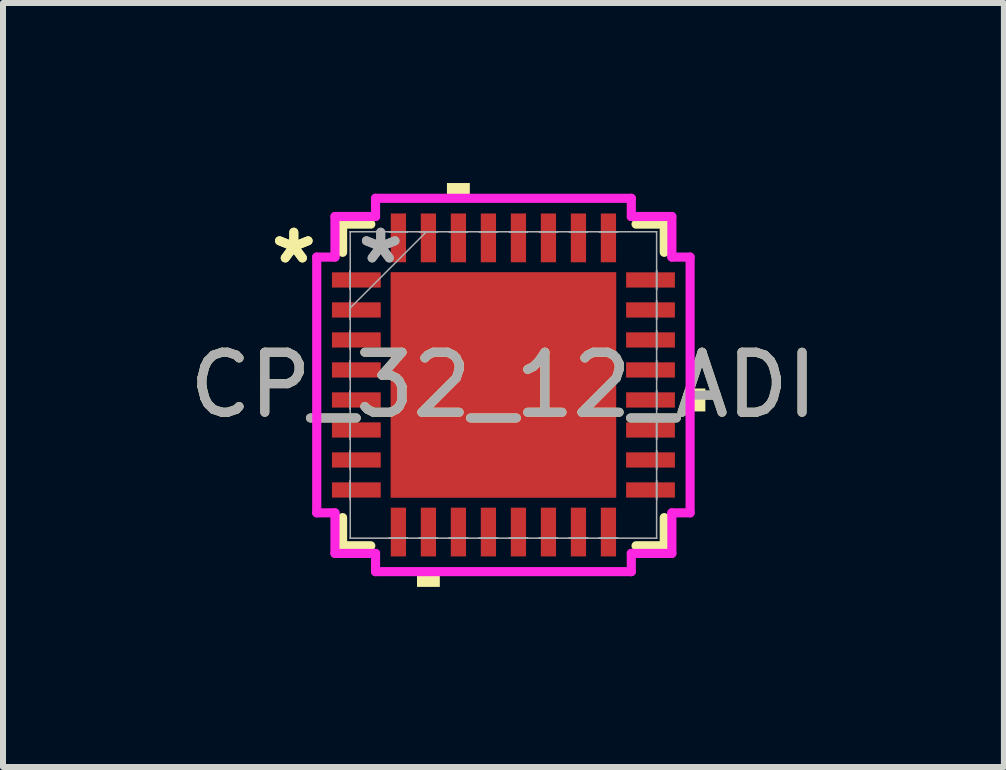
<source format=kicad_pcb>
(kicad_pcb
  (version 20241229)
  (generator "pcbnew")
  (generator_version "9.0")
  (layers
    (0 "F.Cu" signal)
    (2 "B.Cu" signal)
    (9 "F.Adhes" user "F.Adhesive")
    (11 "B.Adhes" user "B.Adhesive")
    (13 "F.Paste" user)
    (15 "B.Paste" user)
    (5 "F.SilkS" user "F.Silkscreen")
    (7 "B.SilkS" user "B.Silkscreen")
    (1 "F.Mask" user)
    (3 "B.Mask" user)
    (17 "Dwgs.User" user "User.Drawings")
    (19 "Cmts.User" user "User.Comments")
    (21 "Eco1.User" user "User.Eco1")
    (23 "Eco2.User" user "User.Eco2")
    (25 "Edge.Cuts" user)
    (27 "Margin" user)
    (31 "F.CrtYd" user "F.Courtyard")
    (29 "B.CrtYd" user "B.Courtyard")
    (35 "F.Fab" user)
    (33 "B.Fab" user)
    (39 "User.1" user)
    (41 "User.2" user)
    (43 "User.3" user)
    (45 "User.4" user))
  (footprint "CP_32_12_ADI"
    (layer "F.Cu")
    (at 5.339 3.365)
    (property "Reference" "CP_32_12_ADI" (at 0 0 0) (unlocked yes) (layer "F.SilkS") (effects (font (size 1 1) (thickness 0.15))))
    (attr smd)
    (fp_line (start -2.68 -2.68) (end -2.68 -2.21) (stroke (width 0.152) (type solid)) (layer "F.SilkS"))
    (fp_line (start -2.68 2.21) (end -2.68 2.68) (stroke (width 0.152) (type solid)) (layer "F.SilkS"))
    (fp_line (start -2.68 2.68) (end -2.21 2.68) (stroke (width 0.152) (type solid)) (layer "F.SilkS"))
    (fp_line (start -2.21 -2.68) (end -2.68 -2.68) (stroke (width 0.152) (type solid)) (layer "F.SilkS"))
    (fp_line (start 2.21 2.68) (end 2.68 2.68) (stroke (width 0.152) (type solid)) (layer "F.SilkS"))
    (fp_line (start 2.68 -2.68) (end 2.21 -2.68) (stroke (width 0.152) (type solid)) (layer "F.SilkS"))
    (fp_line (start 2.68 -2.21) (end 2.68 -2.68) (stroke (width 0.152) (type solid)) (layer "F.SilkS"))
    (fp_line (start 2.68 2.68) (end 2.68 2.21) (stroke (width 0.152) (type solid)) (layer "F.SilkS"))
    (fp_poly (pts (xy -1.44 3.111) (xy -1.44 3.365) (xy -1.06 3.365) (xy -1.06 3.111)) (stroke (width 0) (type solid)) (fill yes) (layer "F.SilkS"))
    (fp_poly (pts (xy -0.941 -3.111) (xy -0.941 -3.365) (xy -0.56 -3.365) (xy -0.56 -3.111)) (stroke (width 0) (type solid)) (fill yes) (layer "F.SilkS"))
    (fp_poly (pts (xy 3.365 0.059) (xy 3.365 0.441) (xy 3.111 0.441) (xy 3.111 0.059)) (stroke (width 0) (type solid)) (fill yes) (layer "F.SilkS"))
    (fp_poly (pts (xy -1.78 -1.78) (xy -1.78 -0.1) (xy -0.1 -0.1) (xy -0.1 -1.78)) (stroke (width 0) (type solid)) (fill yes) (layer "F.Paste"))
    (fp_poly (pts (xy -1.78 0.1) (xy -1.78 1.78) (xy -0.1 1.78) (xy -0.1 0.1)) (stroke (width 0) (type solid)) (fill yes) (layer "F.Paste"))
    (fp_poly (pts (xy 0.1 -1.78) (xy 0.1 -0.1) (xy 1.78 -0.1) (xy 1.78 -1.78)) (stroke (width 0) (type solid)) (fill yes) (layer "F.Paste"))
    (fp_poly (pts (xy 0.1 0.1) (xy 0.1 1.78) (xy 1.78 1.78) (xy 1.78 0.1)) (stroke (width 0) (type solid)) (fill yes) (layer "F.Paste"))
    (fp_line (start -3.111 -2.131) (end -2.807 -2.131) (stroke (width 0.152) (type solid)) (layer "F.CrtYd"))
    (fp_line (start -3.111 2.131) (end -3.111 -2.131) (stroke (width 0.152) (type solid)) (layer "F.CrtYd"))
    (fp_line (start -2.807 -2.807) (end -2.131 -2.807) (stroke (width 0.152) (type solid)) (layer "F.CrtYd"))
    (fp_line (start -2.807 -2.131) (end -2.807 -2.807) (stroke (width 0.152) (type solid)) (layer "F.CrtYd"))
    (fp_line (start -2.807 2.131) (end -3.111 2.131) (stroke (width 0.152) (type solid)) (layer "F.CrtYd"))
    (fp_line (start -2.807 2.807) (end -2.807 2.131) (stroke (width 0.152) (type solid)) (layer "F.CrtYd"))
    (fp_line (start -2.131 -3.111) (end 2.131 -3.111) (stroke (width 0.152) (type solid)) (layer "F.CrtYd"))
    (fp_line (start -2.131 -2.807) (end -2.131 -3.111) (stroke (width 0.152) (type solid)) (layer "F.CrtYd"))
    (fp_line (start -2.131 2.807) (end -2.807 2.807) (stroke (width 0.152) (type solid)) (layer "F.CrtYd"))
    (fp_line (start -2.131 3.111) (end -2.131 2.807) (stroke (width 0.152) (type solid)) (layer "F.CrtYd"))
    (fp_line (start 2.131 -3.111) (end 2.131 -2.807) (stroke (width 0.152) (type solid)) (layer "F.CrtYd"))
    (fp_line (start 2.131 -2.807) (end 2.807 -2.807) (stroke (width 0.152) (type solid)) (layer "F.CrtYd"))
    (fp_line (start 2.131 2.807) (end 2.131 3.111) (stroke (width 0.152) (type solid)) (layer "F.CrtYd"))
    (fp_line (start 2.131 3.111) (end -2.131 3.111) (stroke (width 0.152) (type solid)) (layer "F.CrtYd"))
    (fp_line (start 2.807 -2.807) (end 2.807 -2.131) (stroke (width 0.152) (type solid)) (layer "F.CrtYd"))
    (fp_line (start 2.807 -2.131) (end 3.111 -2.131) (stroke (width 0.152) (type solid)) (layer "F.CrtYd"))
    (fp_line (start 2.807 2.131) (end 2.807 2.807) (stroke (width 0.152) (type solid)) (layer "F.CrtYd"))
    (fp_line (start 2.807 2.807) (end 2.131 2.807) (stroke (width 0.152) (type solid)) (layer "F.CrtYd"))
    (fp_line (start 3.111 -2.131) (end 3.111 2.131) (stroke (width 0.152) (type solid)) (layer "F.CrtYd"))
    (fp_line (start 3.111 2.131) (end 2.807 2.131) (stroke (width 0.152) (type solid)) (layer "F.CrtYd"))
    (fp_line (start -2.553 -2.553) (end -2.553 -2.553) (stroke (width 0.025) (type solid)) (layer "F.Fab"))
    (fp_line (start -2.553 -2.553) (end -2.553 2.553) (stroke (width 0.025) (type solid)) (layer "F.Fab"))
    (fp_line (start -2.553 -1.902) (end -2.553 -1.902) (stroke (width 0.025) (type solid)) (layer "F.Fab"))
    (fp_line (start -2.553 -1.902) (end -2.553 -1.598) (stroke (width 0.025) (type solid)) (layer "F.Fab"))
    (fp_line (start -2.553 -1.598) (end -2.553 -1.902) (stroke (width 0.025) (type solid)) (layer "F.Fab"))
    (fp_line (start -2.553 -1.598) (end -2.553 -1.598) (stroke (width 0.025) (type solid)) (layer "F.Fab"))
    (fp_line (start -2.553 -1.402) (end -2.553 -1.402) (stroke (width 0.025) (type solid)) (layer "F.Fab"))
    (fp_line (start -2.553 -1.402) (end -2.553 -1.098) (stroke (width 0.025) (type solid)) (layer "F.Fab"))
    (fp_line (start -2.553 -1.283) (end -1.283 -2.553) (stroke (width 0.025) (type solid)) (layer "F.Fab"))
    (fp_line (start -2.553 -1.098) (end -2.553 -1.402) (stroke (width 0.025) (type solid)) (layer "F.Fab"))
    (fp_line (start -2.553 -1.098) (end -2.553 -1.098) (stroke (width 0.025) (type solid)) (layer "F.Fab"))
    (fp_line (start -2.553 -0.902) (end -2.553 -0.902) (stroke (width 0.025) (type solid)) (layer "F.Fab"))
    (fp_line (start -2.553 -0.902) (end -2.553 -0.598) (stroke (width 0.025) (type solid)) (layer "F.Fab"))
    (fp_line (start -2.553 -0.598) (end -2.553 -0.902) (stroke (width 0.025) (type solid)) (layer "F.Fab"))
    (fp_line (start -2.553 -0.598) (end -2.553 -0.598) (stroke (width 0.025) (type solid)) (layer "F.Fab"))
    (fp_line (start -2.553 -0.402) (end -2.553 -0.402) (stroke (width 0.025) (type solid)) (layer "F.Fab"))
    (fp_line (start -2.553 -0.402) (end -2.553 -0.098) (stroke (width 0.025) (type solid)) (layer "F.Fab"))
    (fp_line (start -2.553 -0.098) (end -2.553 -0.402) (stroke (width 0.025) (type solid)) (layer "F.Fab"))
    (fp_line (start -2.553 -0.098) (end -2.553 -0.098) (stroke (width 0.025) (type solid)) (layer "F.Fab"))
    (fp_line (start -2.553 0.098) (end -2.553 0.098) (stroke (width 0.025) (type solid)) (layer "F.Fab"))
    (fp_line (start -2.553 0.098) (end -2.553 0.402) (stroke (width 0.025) (type solid)) (layer "F.Fab"))
    (fp_line (start -2.553 0.402) (end -2.553 0.098) (stroke (width 0.025) (type solid)) (layer "F.Fab"))
    (fp_line (start -2.553 0.402) (end -2.553 0.402) (stroke (width 0.025) (type solid)) (layer "F.Fab"))
    (fp_line (start -2.553 0.598) (end -2.553 0.598) (stroke (width 0.025) (type solid)) (layer "F.Fab"))
    (fp_line (start -2.553 0.598) (end -2.553 0.902) (stroke (width 0.025) (type solid)) (layer "F.Fab"))
    (fp_line (start -2.553 0.902) (end -2.553 0.598) (stroke (width 0.025) (type solid)) (layer "F.Fab"))
    (fp_line (start -2.553 0.902) (end -2.553 0.902) (stroke (width 0.025) (type solid)) (layer "F.Fab"))
    (fp_line (start -2.553 1.098) (end -2.553 1.098) (stroke (width 0.025) (type solid)) (layer "F.Fab"))
    (fp_line (start -2.553 1.098) (end -2.553 1.402) (stroke (width 0.025) (type solid)) (layer "F.Fab"))
    (fp_line (start -2.553 1.402) (end -2.553 1.098) (stroke (width 0.025) (type solid)) (layer "F.Fab"))
    (fp_line (start -2.553 1.402) (end -2.553 1.402) (stroke (width 0.025) (type solid)) (layer "F.Fab"))
    (fp_line (start -2.553 1.598) (end -2.553 1.598) (stroke (width 0.025) (type solid)) (layer "F.Fab"))
    (fp_line (start -2.553 1.598) (end -2.553 1.902) (stroke (width 0.025) (type solid)) (layer "F.Fab"))
    (fp_line (start -2.553 1.902) (end -2.553 1.598) (stroke (width 0.025) (type solid)) (layer "F.Fab"))
    (fp_line (start -2.553 1.902) (end -2.553 1.902) (stroke (width 0.025) (type solid)) (layer "F.Fab"))
    (fp_line (start -2.553 2.553) (end -2.553 2.553) (stroke (width 0.025) (type solid)) (layer "F.Fab"))
    (fp_line (start -2.553 2.553) (end 2.553 2.553) (stroke (width 0.025) (type solid)) (layer "F.Fab"))
    (fp_line (start -1.902 -2.553) (end -1.902 -2.553) (stroke (width 0.025) (type solid)) (layer "F.Fab"))
    (fp_line (start -1.902 -2.553) (end -1.598 -2.553) (stroke (width 0.025) (type solid)) (layer "F.Fab"))
    (fp_line (start -1.902 2.553) (end -1.902 2.553) (stroke (width 0.025) (type solid)) (layer "F.Fab"))
    (fp_line (start -1.902 2.553) (end -1.598 2.553) (stroke (width 0.025) (type solid)) (layer "F.Fab"))
    (fp_line (start -1.598 -2.553) (end -1.902 -2.553) (stroke (width 0.025) (type solid)) (layer "F.Fab"))
    (fp_line (start -1.598 -2.553) (end -1.598 -2.553) (stroke (width 0.025) (type solid)) (layer "F.Fab"))
    (fp_line (start -1.598 2.553) (end -1.902 2.553) (stroke (width 0.025) (type solid)) (layer "F.Fab"))
    (fp_line (start -1.598 2.553) (end -1.598 2.553) (stroke (width 0.025) (type solid)) (layer "F.Fab"))
    (fp_line (start -1.402 -2.553) (end -1.402 -2.553) (stroke (width 0.025) (type solid)) (layer "F.Fab"))
    (fp_line (start -1.402 -2.553) (end -1.098 -2.553) (stroke (width 0.025) (type solid)) (layer "F.Fab"))
    (fp_line (start -1.402 2.553) (end -1.402 2.553) (stroke (width 0.025) (type solid)) (layer "F.Fab"))
    (fp_line (start -1.402 2.553) (end -1.098 2.553) (stroke (width 0.025) (type solid)) (layer "F.Fab"))
    (fp_line (start -1.098 -2.553) (end -1.402 -2.553) (stroke (width 0.025) (type solid)) (layer "F.Fab"))
    (fp_line (start -1.098 -2.553) (end -1.098 -2.553) (stroke (width 0.025) (type solid)) (layer "F.Fab"))
    (fp_line (start -1.098 2.553) (end -1.402 2.553) (stroke (width 0.025) (type solid)) (layer "F.Fab"))
    (fp_line (start -1.098 2.553) (end -1.098 2.553) (stroke (width 0.025) (type solid)) (layer "F.Fab"))
    (fp_line (start -0.902 -2.553) (end -0.902 -2.553) (stroke (width 0.025) (type solid)) (layer "F.Fab"))
    (fp_line (start -0.902 -2.553) (end -0.598 -2.553) (stroke (width 0.025) (type solid)) (layer "F.Fab"))
    (fp_line (start -0.902 2.553) (end -0.902 2.553) (stroke (width 0.025) (type solid)) (layer "F.Fab"))
    (fp_line (start -0.902 2.553) (end -0.598 2.553) (stroke (width 0.025) (type solid)) (layer "F.Fab"))
    (fp_line (start -0.598 -2.553) (end -0.902 -2.553) (stroke (width 0.025) (type solid)) (layer "F.Fab"))
    (fp_line (start -0.598 -2.553) (end -0.598 -2.553) (stroke (width 0.025) (type solid)) (layer "F.Fab"))
    (fp_line (start -0.598 2.553) (end -0.902 2.553) (stroke (width 0.025) (type solid)) (layer "F.Fab"))
    (fp_line (start -0.598 2.553) (end -0.598 2.553) (stroke (width 0.025) (type solid)) (layer "F.Fab"))
    (fp_line (start -0.402 -2.553) (end -0.402 -2.553) (stroke (width 0.025) (type solid)) (layer "F.Fab"))
    (fp_line (start -0.402 -2.553) (end -0.098 -2.553) (stroke (width 0.025) (type solid)) (layer "F.Fab"))
    (fp_line (start -0.402 2.553) (end -0.402 2.553) (stroke (width 0.025) (type solid)) (layer "F.Fab"))
    (fp_line (start -0.402 2.553) (end -0.098 2.553) (stroke (width 0.025) (type solid)) (layer "F.Fab"))
    (fp_line (start -0.098 -2.553) (end -0.402 -2.553) (stroke (width 0.025) (type solid)) (layer "F.Fab"))
    (fp_line (start -0.098 -2.553) (end -0.098 -2.553) (stroke (width 0.025) (type solid)) (layer "F.Fab"))
    (fp_line (start -0.098 2.553) (end -0.402 2.553) (stroke (width 0.025) (type solid)) (layer "F.Fab"))
    (fp_line (start -0.098 2.553) (end -0.098 2.553) (stroke (width 0.025) (type solid)) (layer "F.Fab"))
    (fp_line (start 0.098 -2.553) (end 0.098 -2.553) (stroke (width 0.025) (type solid)) (layer "F.Fab"))
    (fp_line (start 0.098 -2.553) (end 0.402 -2.553) (stroke (width 0.025) (type solid)) (layer "F.Fab"))
    (fp_line (start 0.098 2.553) (end 0.098 2.553) (stroke (width 0.025) (type solid)) (layer "F.Fab"))
    (fp_line (start 0.098 2.553) (end 0.402 2.553) (stroke (width 0.025) (type solid)) (layer "F.Fab"))
    (fp_line (start 0.402 -2.553) (end 0.098 -2.553) (stroke (width 0.025) (type solid)) (layer "F.Fab"))
    (fp_line (start 0.402 -2.553) (end 0.402 -2.553) (stroke (width 0.025) (type solid)) (layer "F.Fab"))
    (fp_line (start 0.402 2.553) (end 0.098 2.553) (stroke (width 0.025) (type solid)) (layer "F.Fab"))
    (fp_line (start 0.402 2.553) (end 0.402 2.553) (stroke (width 0.025) (type solid)) (layer "F.Fab"))
    (fp_line (start 0.598 -2.553) (end 0.598 -2.553) (stroke (width 0.025) (type solid)) (layer "F.Fab"))
    (fp_line (start 0.598 -2.553) (end 0.902 -2.553) (stroke (width 0.025) (type solid)) (layer "F.Fab"))
    (fp_line (start 0.598 2.553) (end 0.598 2.553) (stroke (width 0.025) (type solid)) (layer "F.Fab"))
    (fp_line (start 0.598 2.553) (end 0.902 2.553) (stroke (width 0.025) (type solid)) (layer "F.Fab"))
    (fp_line (start 0.902 -2.553) (end 0.598 -2.553) (stroke (width 0.025) (type solid)) (layer "F.Fab"))
    (fp_line (start 0.902 -2.553) (end 0.902 -2.553) (stroke (width 0.025) (type solid)) (layer "F.Fab"))
    (fp_line (start 0.902 2.553) (end 0.598 2.553) (stroke (width 0.025) (type solid)) (layer "F.Fab"))
    (fp_line (start 0.902 2.553) (end 0.902 2.553) (stroke (width 0.025) (type solid)) (layer "F.Fab"))
    (fp_line (start 1.098 -2.553) (end 1.098 -2.553) (stroke (width 0.025) (type solid)) (layer "F.Fab"))
    (fp_line (start 1.098 -2.553) (end 1.402 -2.553) (stroke (width 0.025) (type solid)) (layer "F.Fab"))
    (fp_line (start 1.098 2.553) (end 1.098 2.553) (stroke (width 0.025) (type solid)) (layer "F.Fab"))
    (fp_line (start 1.098 2.553) (end 1.402 2.553) (stroke (width 0.025) (type solid)) (layer "F.Fab"))
    (fp_line (start 1.402 -2.553) (end 1.098 -2.553) (stroke (width 0.025) (type solid)) (layer "F.Fab"))
    (fp_line (start 1.402 -2.553) (end 1.402 -2.553) (stroke (width 0.025) (type solid)) (layer "F.Fab"))
    (fp_line (start 1.402 2.553) (end 1.098 2.553) (stroke (width 0.025) (type solid)) (layer "F.Fab"))
    (fp_line (start 1.402 2.553) (end 1.402 2.553) (stroke (width 0.025) (type solid)) (layer "F.Fab"))
    (fp_line (start 1.598 -2.553) (end 1.598 -2.553) (stroke (width 0.025) (type solid)) (layer "F.Fab"))
    (fp_line (start 1.598 -2.553) (end 1.902 -2.553) (stroke (width 0.025) (type solid)) (layer "F.Fab"))
    (fp_line (start 1.598 2.553) (end 1.598 2.553) (stroke (width 0.025) (type solid)) (layer "F.Fab"))
    (fp_line (start 1.598 2.553) (end 1.902 2.553) (stroke (width 0.025) (type solid)) (layer "F.Fab"))
    (fp_line (start 1.902 -2.553) (end 1.598 -2.553) (stroke (width 0.025) (type solid)) (layer "F.Fab"))
    (fp_line (start 1.902 -2.553) (end 1.902 -2.553) (stroke (width 0.025) (type solid)) (layer "F.Fab"))
    (fp_line (start 1.902 2.553) (end 1.598 2.553) (stroke (width 0.025) (type solid)) (layer "F.Fab"))
    (fp_line (start 1.902 2.553) (end 1.902 2.553) (stroke (width 0.025) (type solid)) (layer "F.Fab"))
    (fp_line (start 2.553 -2.553) (end -2.553 -2.553) (stroke (width 0.025) (type solid)) (layer "F.Fab"))
    (fp_line (start 2.553 -2.553) (end 2.553 -2.553) (stroke (width 0.025) (type solid)) (layer "F.Fab"))
    (fp_line (start 2.553 -1.902) (end 2.553 -1.902) (stroke (width 0.025) (type solid)) (layer "F.Fab"))
    (fp_line (start 2.553 -1.902) (end 2.553 -1.598) (stroke (width 0.025) (type solid)) (layer "F.Fab"))
    (fp_line (start 2.553 -1.598) (end 2.553 -1.902) (stroke (width 0.025) (type solid)) (layer "F.Fab"))
    (fp_line (start 2.553 -1.598) (end 2.553 -1.598) (stroke (width 0.025) (type solid)) (layer "F.Fab"))
    (fp_line (start 2.553 -1.402) (end 2.553 -1.402) (stroke (width 0.025) (type solid)) (layer "F.Fab"))
    (fp_line (start 2.553 -1.402) (end 2.553 -1.098) (stroke (width 0.025) (type solid)) (layer "F.Fab"))
    (fp_line (start 2.553 -1.098) (end 2.553 -1.402) (stroke (width 0.025) (type solid)) (layer "F.Fab"))
    (fp_line (start 2.553 -1.098) (end 2.553 -1.098) (stroke (width 0.025) (type solid)) (layer "F.Fab"))
    (fp_line (start 2.553 -0.902) (end 2.553 -0.902) (stroke (width 0.025) (type solid)) (layer "F.Fab"))
    (fp_line (start 2.553 -0.902) (end 2.553 -0.598) (stroke (width 0.025) (type solid)) (layer "F.Fab"))
    (fp_line (start 2.553 -0.598) (end 2.553 -0.902) (stroke (width 0.025) (type solid)) (layer "F.Fab"))
    (fp_line (start 2.553 -0.598) (end 2.553 -0.598) (stroke (width 0.025) (type solid)) (layer "F.Fab"))
    (fp_line (start 2.553 -0.402) (end 2.553 -0.402) (stroke (width 0.025) (type solid)) (layer "F.Fab"))
    (fp_line (start 2.553 -0.402) (end 2.553 -0.098) (stroke (width 0.025) (type solid)) (layer "F.Fab"))
    (fp_line (start 2.553 -0.098) (end 2.553 -0.402) (stroke (width 0.025) (type solid)) (layer "F.Fab"))
    (fp_line (start 2.553 -0.098) (end 2.553 -0.098) (stroke (width 0.025) (type solid)) (layer "F.Fab"))
    (fp_line (start 2.553 0.098) (end 2.553 0.098) (stroke (width 0.025) (type solid)) (layer "F.Fab"))
    (fp_line (start 2.553 0.098) (end 2.553 0.402) (stroke (width 0.025) (type solid)) (layer "F.Fab"))
    (fp_line (start 2.553 0.402) (end 2.553 0.098) (stroke (width 0.025) (type solid)) (layer "F.Fab"))
    (fp_line (start 2.553 0.402) (end 2.553 0.402) (stroke (width 0.025) (type solid)) (layer "F.Fab"))
    (fp_line (start 2.553 0.598) (end 2.553 0.598) (stroke (width 0.025) (type solid)) (layer "F.Fab"))
    (fp_line (start 2.553 0.598) (end 2.553 0.902) (stroke (width 0.025) (type solid)) (layer "F.Fab"))
    (fp_line (start 2.553 0.902) (end 2.553 0.598) (stroke (width 0.025) (type solid)) (layer "F.Fab"))
    (fp_line (start 2.553 0.902) (end 2.553 0.902) (stroke (width 0.025) (type solid)) (layer "F.Fab"))
    (fp_line (start 2.553 1.098) (end 2.553 1.098) (stroke (width 0.025) (type solid)) (layer "F.Fab"))
    (fp_line (start 2.553 1.098) (end 2.553 1.402) (stroke (width 0.025) (type solid)) (layer "F.Fab"))
    (fp_line (start 2.553 1.402) (end 2.553 1.098) (stroke (width 0.025) (type solid)) (layer "F.Fab"))
    (fp_line (start 2.553 1.402) (end 2.553 1.402) (stroke (width 0.025) (type solid)) (layer "F.Fab"))
    (fp_line (start 2.553 1.598) (end 2.553 1.598) (stroke (width 0.025) (type solid)) (layer "F.Fab"))
    (fp_line (start 2.553 1.598) (end 2.553 1.902) (stroke (width 0.025) (type solid)) (layer "F.Fab"))
    (fp_line (start 2.553 1.902) (end 2.553 1.598) (stroke (width 0.025) (type solid)) (layer "F.Fab"))
    (fp_line (start 2.553 1.902) (end 2.553 1.902) (stroke (width 0.025) (type solid)) (layer "F.Fab"))
    (fp_line (start 2.553 2.553) (end 2.553 -2.553) (stroke (width 0.025) (type solid)) (layer "F.Fab"))
    (fp_line (start 2.553 2.553) (end 2.553 2.553) (stroke (width 0.025) (type solid)) (layer "F.Fab"))
    (fp_text user "*" (at -3.493 -2 0) (layer "F.SilkS") (effects (font (size 1 1) (thickness 0.15))))
    (fp_text user "*" (at -3.493 -2 0) (unlocked yes) (layer "F.SilkS") (effects (font (size 1 1) (thickness 0.15))))
    (fp_text user "${REFERENCE}" (at 0 0 0) (unlocked yes) (layer "F.Fab") (effects (font (size 1 1) (thickness 0.15))))
    (fp_text user "*" (at -2.045 -2 0) (layer "F.Fab") (effects (font (size 1 1) (thickness 0.15))))
    (fp_text user "*" (at -2.045 -2 0) (unlocked yes) (layer "F.Fab") (effects (font (size 1 1) (thickness 0.15))))
    (pad "1" smd rect (at -2.451 -1.75 90) (size 0.254 0.813) (layers "F.Cu" "F.Mask" "F.Paste"))
    (pad "2" smd rect (at -2.451 -1.25 90) (size 0.254 0.813) (layers "F.Cu" "F.Mask" "F.Paste"))
    (pad "3" smd rect (at -2.451 -0.75 90) (size 0.254 0.813) (layers "F.Cu" "F.Mask" "F.Paste"))
    (pad "4" smd rect (at -2.451 -0.25 90) (size 0.254 0.813) (layers "F.Cu" "F.Mask" "F.Paste"))
    (pad "5" smd rect (at -2.451 0.25 90) (size 0.254 0.813) (layers "F.Cu" "F.Mask" "F.Paste"))
    (pad "6" smd rect (at -2.451 0.75 90) (size 0.254 0.813) (layers "F.Cu" "F.Mask" "F.Paste"))
    (pad "7" smd rect (at -2.451 1.25 90) (size 0.254 0.813) (layers "F.Cu" "F.Mask" "F.Paste"))
    (pad "8" smd rect (at -2.451 1.75 90) (size 0.254 0.813) (layers "F.Cu" "F.Mask" "F.Paste"))
    (pad "9" smd rect (at -1.75 2.451) (size 0.254 0.813) (layers "F.Cu" "F.Mask" "F.Paste"))
    (pad "10" smd rect (at -1.25 2.451) (size 0.254 0.813) (layers "F.Cu" "F.Mask" "F.Paste"))
    (pad "11" smd rect (at -0.75 2.451) (size 0.254 0.813) (layers "F.Cu" "F.Mask" "F.Paste"))
    (pad "12" smd rect (at -0.25 2.451) (size 0.254 0.813) (layers "F.Cu" "F.Mask" "F.Paste"))
    (pad "13" smd rect (at 0.25 2.451) (size 0.254 0.813) (layers "F.Cu" "F.Mask" "F.Paste"))
    (pad "14" smd rect (at 0.75 2.451) (size 0.254 0.813) (layers "F.Cu" "F.Mask" "F.Paste"))
    (pad "15" smd rect (at 1.25 2.451) (size 0.254 0.813) (layers "F.Cu" "F.Mask" "F.Paste"))
    (pad "16" smd rect (at 1.75 2.451) (size 0.254 0.813) (layers "F.Cu" "F.Mask" "F.Paste"))
    (pad "17" smd rect (at 2.451 1.75 90) (size 0.254 0.813) (layers "F.Cu" "F.Mask" "F.Paste"))
    (pad "18" smd rect (at 2.451 1.25 90) (size 0.254 0.813) (layers "F.Cu" "F.Mask" "F.Paste"))
    (pad "19" smd rect (at 2.451 0.75 90) (size 0.254 0.813) (layers "F.Cu" "F.Mask" "F.Paste"))
    (pad "20" smd rect (at 2.451 0.25 90) (size 0.254 0.813) (layers "F.Cu" "F.Mask" "F.Paste"))
    (pad "21" smd rect (at 2.451 -0.25 90) (size 0.254 0.813) (layers "F.Cu" "F.Mask" "F.Paste"))
    (pad "22" smd rect (at 2.451 -0.75 90) (size 0.254 0.813) (layers "F.Cu" "F.Mask" "F.Paste"))
    (pad "23" smd rect (at 2.451 -1.25 90) (size 0.254 0.813) (layers "F.Cu" "F.Mask" "F.Paste"))
    (pad "24" smd rect (at 2.451 -1.75 90) (size 0.254 0.813) (layers "F.Cu" "F.Mask" "F.Paste"))
    (pad "25" smd rect (at 1.75 -2.451) (size 0.254 0.813) (layers "F.Cu" "F.Mask" "F.Paste"))
    (pad "26" smd rect (at 1.25 -2.451) (size 0.254 0.813) (layers "F.Cu" "F.Mask" "F.Paste"))
    (pad "27" smd rect (at 0.75 -2.451) (size 0.254 0.813) (layers "F.Cu" "F.Mask" "F.Paste"))
    (pad "28" smd rect (at 0.25 -2.451) (size 0.254 0.813) (layers "F.Cu" "F.Mask" "F.Paste"))
    (pad "29" smd rect (at -0.25 -2.451) (size 0.254 0.813) (layers "F.Cu" "F.Mask" "F.Paste"))
    (pad "30" smd rect (at -0.75 -2.451) (size 0.254 0.813) (layers "F.Cu" "F.Mask" "F.Paste"))
    (pad "31" smd rect (at -1.25 -2.451) (size 0.254 0.813) (layers "F.Cu" "F.Mask" "F.Paste"))
    (pad "32" smd rect (at -1.75 -2.451) (size 0.254 0.813) (layers "F.Cu" "F.Mask" "F.Paste"))
    (pad "33" smd rect (at 0 0) (size 3.759 3.759) (layers "F.Cu" "F.Mask")))
  (gr_rect
    (start -3 -3)
    (end 13.679 9.731)
    (stroke (width 0.1) (type default))
    (fill no)
    (layer "Edge.Cuts")))
</source>
